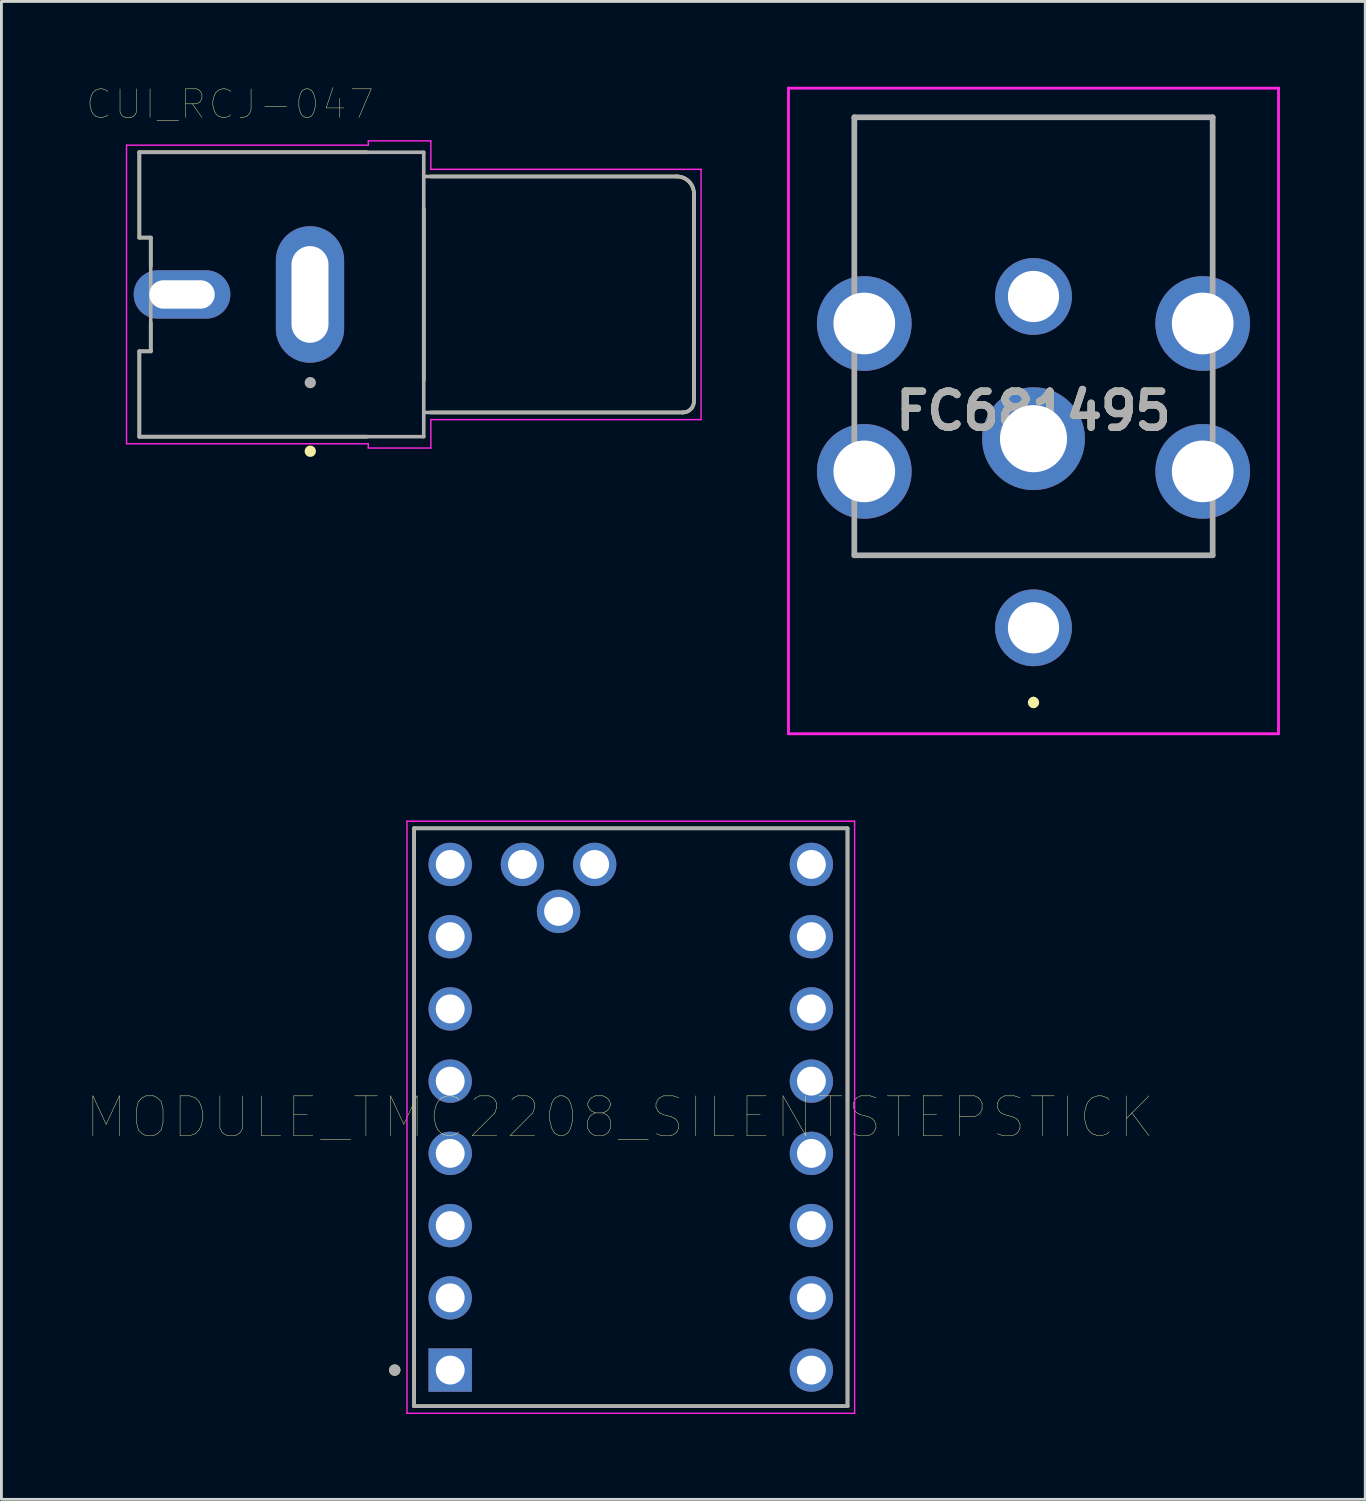
<source format=kicad_pcb>
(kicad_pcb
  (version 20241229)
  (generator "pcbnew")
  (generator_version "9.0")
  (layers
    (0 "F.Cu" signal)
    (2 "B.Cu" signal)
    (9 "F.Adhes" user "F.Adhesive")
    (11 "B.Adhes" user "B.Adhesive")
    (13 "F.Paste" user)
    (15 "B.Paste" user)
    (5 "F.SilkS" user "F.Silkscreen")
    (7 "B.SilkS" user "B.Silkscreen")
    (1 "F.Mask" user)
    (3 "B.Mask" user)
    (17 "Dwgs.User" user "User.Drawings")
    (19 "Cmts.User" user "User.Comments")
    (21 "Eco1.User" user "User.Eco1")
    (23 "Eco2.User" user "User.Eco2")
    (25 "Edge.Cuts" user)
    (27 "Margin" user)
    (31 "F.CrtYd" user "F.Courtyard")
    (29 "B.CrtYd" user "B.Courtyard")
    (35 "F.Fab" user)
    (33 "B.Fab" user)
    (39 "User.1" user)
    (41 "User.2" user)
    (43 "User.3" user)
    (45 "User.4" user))
  (footprint "MODULE_TMC2208_SILENTSTEPSTICK"
    (layer "F.Cu")
    (at 14.05 37.378)
    (property "Reference" "MODULE_TMC2208_SILENTSTEPSTICK" (at 4.699 -1.143 180) (layer "F.SilkS") (effects (font (size 1.4 1.4) (thickness 0.015))))
    (attr through_hole)
    (fp_line (start -2.54 -11.303) (end 12.7 -11.303) (stroke (width 0.127) (type solid)) (layer "F.SilkS"))
    (fp_line (start -2.54 9.017) (end -2.54 -11.303) (stroke (width 0.127) (type solid)) (layer "F.SilkS"))
    (fp_line (start 12.7 -11.303) (end 12.7 9.017) (stroke (width 0.127) (type solid)) (layer "F.SilkS"))
    (fp_line (start 12.7 9.017) (end -2.54 9.017) (stroke (width 0.127) (type solid)) (layer "F.SilkS"))
    (fp_circle (center -3.22 7.747) (end -3.12 7.747) (stroke (width 0.2) (type solid)) (fill no) (layer "F.SilkS"))
    (fp_line (start -2.79 -11.553) (end 12.95 -11.553) (stroke (width 0.05) (type solid)) (layer "F.CrtYd"))
    (fp_line (start -2.79 9.267) (end -2.79 -11.553) (stroke (width 0.05) (type solid)) (layer "F.CrtYd"))
    (fp_line (start -2.79 9.267) (end 12.95 9.267) (stroke (width 0.05) (type solid)) (layer "F.CrtYd"))
    (fp_line (start 12.95 9.267) (end 12.95 -11.553) (stroke (width 0.05) (type solid)) (layer "F.CrtYd"))
    (fp_line (start -2.54 -11.303) (end 12.7 -11.303) (stroke (width 0.127) (type solid)) (layer "F.Fab"))
    (fp_line (start -2.54 9.017) (end -2.54 -11.303) (stroke (width 0.127) (type solid)) (layer "F.Fab"))
    (fp_line (start 12.7 -11.303) (end 12.7 9.017) (stroke (width 0.127) (type solid)) (layer "F.Fab"))
    (fp_line (start 12.7 9.017) (end -2.54 9.017) (stroke (width 0.127) (type solid)) (layer "F.Fab"))
    (fp_circle (center -3.22 7.747) (end -3.12 7.747) (stroke (width 0.2) (type solid)) (fill no) (layer "F.Fab"))
    (pad "JP1_1" thru_hole rect (at -1.27 7.747 180) (size 1.524 1.524) (drill 1.016) (layers "*.Cu" "*.Mask"))
    (pad "JP1_2" thru_hole circle (at -1.27 5.207 180) (size 1.524 1.524) (drill 1.016) (layers "*.Cu" "*.Mask"))
    (pad "JP1_3" thru_hole circle (at -1.27 2.667 180) (size 1.524 1.524) (drill 1.016) (layers "*.Cu" "*.Mask"))
    (pad "JP1_4" thru_hole circle (at -1.27 0.127 180) (size 1.524 1.524) (drill 1.016) (layers "*.Cu" "*.Mask"))
    (pad "JP1_5" thru_hole circle (at -1.27 -2.413 180) (size 1.524 1.524) (drill 1.016) (layers "*.Cu" "*.Mask"))
    (pad "JP1_6" thru_hole circle (at -1.27 -4.953 180) (size 1.524 1.524) (drill 1.016) (layers "*.Cu" "*.Mask"))
    (pad "JP1_7" thru_hole circle (at -1.27 -7.493 180) (size 1.524 1.524) (drill 1.016) (layers "*.Cu" "*.Mask"))
    (pad "JP1_8" thru_hole circle (at -1.27 -10.033 180) (size 1.524 1.524) (drill 1.016) (layers "*.Cu" "*.Mask"))
    (pad "JP2_1" thru_hole circle (at 11.43 -10.033 180) (size 1.524 1.524) (drill 1.016) (layers "*.Cu" "*.Mask"))
    (pad "JP2_2" thru_hole circle (at 11.43 -7.493 180) (size 1.524 1.524) (drill 1.016) (layers "*.Cu" "*.Mask"))
    (pad "JP2_3" thru_hole circle (at 11.43 -4.953 180) (size 1.524 1.524) (drill 1.016) (layers "*.Cu" "*.Mask"))
    (pad "JP2_4" thru_hole circle (at 11.43 -2.413 180) (size 1.524 1.524) (drill 1.016) (layers "*.Cu" "*.Mask"))
    (pad "JP2_5" thru_hole circle (at 11.43 0.127 180) (size 1.524 1.524) (drill 1.016) (layers "*.Cu" "*.Mask"))
    (pad "JP2_6" thru_hole circle (at 11.43 2.667 180) (size 1.524 1.524) (drill 1.016) (layers "*.Cu" "*.Mask"))
    (pad "JP2_7" thru_hole circle (at 11.43 5.207 180) (size 1.524 1.524) (drill 1.016) (layers "*.Cu" "*.Mask"))
    (pad "JP2_8" thru_hole circle (at 11.43 7.747 180) (size 1.524 1.524) (drill 1.016) (layers "*.Cu" "*.Mask"))
    (pad "JP3_1" thru_hole circle (at 2.54 -8.382 180) (size 1.524 1.524) (drill 1.016) (layers "*.Cu" "*.Mask"))
    (pad "JP4_1" thru_hole circle (at 3.81 -10.033 180) (size 1.524 1.524) (drill 1.016) (layers "*.Cu" "*.Mask"))
    (pad "JP5_1" thru_hole circle (at 1.27 -10.033 180) (size 1.524 1.524) (drill 1.016) (layers "*.Cu" "*.Mask")))
  (footprint "FC681495"
    (layer "F.Cu")
    (at 33.29 1.075)
    (property "Reference" "FC681495" (at 0 10.325 0) (layer "F.SilkS") (effects (font (size 1.27 1.27) (thickness 0.254))))
    (attr through_hole)
    (fp_line (start -6.3 -0.025) (end 6.3 -0.025) (stroke (width 0.1) (type solid)) (layer "F.SilkS"))
    (fp_line (start -6.3 4.975) (end -6.3 -0.025) (stroke (width 0.1) (type solid)) (layer "F.SilkS"))
    (fp_line (start 0 20.475) (end 0 20.475) (stroke (width 0.2) (type solid)) (layer "F.SilkS"))
    (fp_line (start 0 20.675) (end 0 20.675) (stroke (width 0.2) (type solid)) (layer "F.SilkS"))
    (fp_line (start 6.3 -0.025) (end 6.3 4.975) (stroke (width 0.1) (type solid)) (layer "F.SilkS"))
    (fp_arc (start 0 20.475) (mid 0.1 20.575) (end 0 20.675) (stroke (width 0.2) (type solid)) (layer "F.SilkS"))
    (fp_arc (start 0 20.675) (mid -0.1 20.575) (end 0 20.475) (stroke (width 0.2) (type solid)) (layer "F.SilkS"))
    (fp_line (start -8.615 -1.025) (end 8.615 -1.025) (stroke (width 0.1) (type solid)) (layer "F.CrtYd"))
    (fp_line (start -8.615 21.675) (end -8.615 -1.025) (stroke (width 0.1) (type solid)) (layer "F.CrtYd"))
    (fp_line (start 8.615 -1.025) (end 8.615 21.675) (stroke (width 0.1) (type solid)) (layer "F.CrtYd"))
    (fp_line (start 8.615 21.675) (end -8.615 21.675) (stroke (width 0.1) (type solid)) (layer "F.CrtYd"))
    (fp_line (start -6.3 0) (end 6.3 0) (stroke (width 0.2) (type solid)) (layer "F.Fab"))
    (fp_line (start -6.3 15.4) (end -6.3 0) (stroke (width 0.2) (type solid)) (layer "F.Fab"))
    (fp_line (start 6.3 0) (end 6.3 15.4) (stroke (width 0.2) (type solid)) (layer "F.Fab"))
    (fp_line (start 6.3 15.4) (end -6.3 15.4) (stroke (width 0.2) (type solid)) (layer "F.Fab"))
    (fp_text user "${REFERENCE}" (at 0 10.325 0) (layer "F.Fab") (effects (font (size 1.27 1.27) (thickness 0.254))))
    (pad "1" thru_hole circle (at 0 17.95) (size 2.7 2.7) (drill 1.8) (layers "*.Cu" "*.Mask"))
    (pad "2" thru_hole circle (at 0 11.3) (size 3.615 3.615) (drill 2.36) (layers "*.Cu" "*.Mask"))
    (pad "MH1" thru_hole circle (at -5.95 12.45) (size 3.33 3.33) (drill 2.17) (layers "*.Cu" "*.Mask"))
    (pad "MH2" thru_hole circle (at -5.95 7.25) (size 3.33 3.33) (drill 2.17) (layers "*.Cu" "*.Mask"))
    (pad "MH3" thru_hole circle (at 0 6.3) (size 2.7 2.7) (drill 1.8) (layers "*.Cu" "*.Mask"))
    (pad "MH4" thru_hole circle (at 5.95 7.25) (size 3.33 3.33) (drill 2.17) (layers "*.Cu" "*.Mask"))
    (pad "MH5" thru_hole circle (at 5.95 12.45) (size 3.33 3.33) (drill 2.17) (layers "*.Cu" "*.Mask")))
  (footprint "CUI_RCJ-047"
    (layer "F.Cu")
    (at 11.85 7.304)
    (property "Reference" "CUI_RCJ-047" (at -6.816 -6.688 0) (layer "F.SilkS") (effects (font (size 1.008 1.008) (thickness 0.015))))
    (attr through_hole)
    (fp_line (start -10 -5) (end -2 -5) (stroke (width 0.127) (type solid)) (layer "F.SilkS"))
    (fp_line (start -10 -2) (end -10 -5) (stroke (width 0.127) (type solid)) (layer "F.SilkS"))
    (fp_line (start -10 2) (end -9.6 2) (stroke (width 0.127) (type solid)) (layer "F.SilkS"))
    (fp_line (start -10 5) (end -10 2) (stroke (width 0.127) (type solid)) (layer "F.SilkS"))
    (fp_line (start -10 5) (end -2 5) (stroke (width 0.127) (type solid)) (layer "F.SilkS"))
    (fp_line (start -9.6 -2) (end -10 -2) (stroke (width 0.127) (type solid)) (layer "F.SilkS"))
    (fp_line (start -9.6 -1) (end -9.6 -2) (stroke (width 0.127) (type solid)) (layer "F.SilkS"))
    (fp_line (start -9.6 2) (end -9.6 1) (stroke (width 0.127) (type solid)) (layer "F.SilkS"))
    (fp_line (start 0 3) (end 0 -3) (stroke (width 0.127) (type solid)) (layer "F.SilkS"))
    (fp_line (start 0.25 -4.15) (end 8.89 -4.15) (stroke (width 0.127) (type solid)) (layer "F.SilkS"))
    (fp_line (start 9.11 4.15) (end 0.25 4.15) (stroke (width 0.127) (type solid)) (layer "F.SilkS"))
    (fp_line (start 9.5 -3.54) (end 9.5 3.76) (stroke (width 0.127) (type solid)) (layer "F.SilkS"))
    (fp_arc (start 8.89 -4.15) (mid 9.321335 -3.971335) (end 9.5 -3.54) (stroke (width 0.127) (type solid)) (layer "F.SilkS"))
    (fp_arc (start 9.5 3.76) (mid 9.385772 4.035772) (end 9.11 4.15) (stroke (width 0.127) (type solid)) (layer "F.SilkS"))
    (fp_circle (center -3.99 5.513) (end -3.89 5.513) (stroke (width 0.2) (type solid)) (fill no) (layer "F.SilkS"))
    (fp_line (start -1.7 -5.15) (end -1.7 -3.35) (stroke (width 0.0001) (type solid)) (layer "Edge.Cuts"))
    (fp_line (start -1.7 -3.35) (end 0 -3.35) (stroke (width 0.0001) (type solid)) (layer "Edge.Cuts"))
    (fp_line (start -1.7 3.35) (end -1.7 5.15) (stroke (width 0.0001) (type solid)) (layer "Edge.Cuts"))
    (fp_line (start -1.7 5.15) (end 0 5.15) (stroke (width 0.0001) (type solid)) (layer "Edge.Cuts"))
    (fp_line (start 0 -5.15) (end -1.7 -5.15) (stroke (width 0.0001) (type solid)) (layer "Edge.Cuts"))
    (fp_line (start 0 -3.35) (end 0 -5.15) (stroke (width 0.0001) (type solid)) (layer "Edge.Cuts"))
    (fp_line (start 0 3.35) (end -1.7 3.35) (stroke (width 0.0001) (type solid)) (layer "Edge.Cuts"))
    (fp_line (start 0 5.15) (end 0 3.35) (stroke (width 0.0001) (type solid)) (layer "Edge.Cuts"))
    (fp_line (start -10.45 -5.25) (end -10.45 5.25) (stroke (width 0.05) (type solid)) (layer "F.CrtYd"))
    (fp_line (start -10.45 5.25) (end -1.95 5.25) (stroke (width 0.05) (type solid)) (layer "F.CrtYd"))
    (fp_line (start -1.95 -5.4) (end -1.95 -5.25) (stroke (width 0.05) (type solid)) (layer "F.CrtYd"))
    (fp_line (start -1.95 -5.25) (end -10.45 -5.25) (stroke (width 0.05) (type solid)) (layer "F.CrtYd"))
    (fp_line (start -1.95 5.25) (end -1.95 5.4) (stroke (width 0.05) (type solid)) (layer "F.CrtYd"))
    (fp_line (start -1.95 5.4) (end 0.25 5.4) (stroke (width 0.05) (type solid)) (layer "F.CrtYd"))
    (fp_line (start 0.25 -5.4) (end -1.95 -5.4) (stroke (width 0.05) (type solid)) (layer "F.CrtYd"))
    (fp_line (start 0.25 -4.4) (end 0.25 -5.4) (stroke (width 0.05) (type solid)) (layer "F.CrtYd"))
    (fp_line (start 0.25 4.4) (end 9.75 4.4) (stroke (width 0.05) (type solid)) (layer "F.CrtYd"))
    (fp_line (start 0.25 5.4) (end 0.25 4.4) (stroke (width 0.05) (type solid)) (layer "F.CrtYd"))
    (fp_line (start 9.75 -4.4) (end 0.25 -4.4) (stroke (width 0.05) (type solid)) (layer "F.CrtYd"))
    (fp_line (start 9.75 4.4) (end 9.75 -4.4) (stroke (width 0.05) (type solid)) (layer "F.CrtYd"))
    (fp_line (start -10 -5) (end 0 -5) (stroke (width 0.127) (type solid)) (layer "F.Fab"))
    (fp_line (start -10 -2) (end -10 -5) (stroke (width 0.127) (type solid)) (layer "F.Fab"))
    (fp_line (start -10 2) (end -9.6 2) (stroke (width 0.127) (type solid)) (layer "F.Fab"))
    (fp_line (start -10 5) (end -10 2) (stroke (width 0.127) (type solid)) (layer "F.Fab"))
    (fp_line (start -9.6 -2) (end -10 -2) (stroke (width 0.127) (type solid)) (layer "F.Fab"))
    (fp_line (start -9.6 2) (end -9.6 -2) (stroke (width 0.127) (type solid)) (layer "F.Fab"))
    (fp_line (start 0 -5) (end 0 -4.15) (stroke (width 0.127) (type solid)) (layer "F.Fab"))
    (fp_line (start 0 -4.15) (end 0 4.15) (stroke (width 0.127) (type solid)) (layer "F.Fab"))
    (fp_line (start 0 -4.15) (end 8.91 -4.15) (stroke (width 0.127) (type solid)) (layer "F.Fab"))
    (fp_line (start 0 4.15) (end 0 5) (stroke (width 0.127) (type solid)) (layer "F.Fab"))
    (fp_line (start 0 5) (end -10 5) (stroke (width 0.127) (type solid)) (layer "F.Fab"))
    (fp_line (start 9.11 4.15) (end 0 4.15) (stroke (width 0.127) (type solid)) (layer "F.Fab"))
    (fp_line (start 9.5 -3.56) (end 9.5 3.76) (stroke (width 0.127) (type solid)) (layer "F.Fab"))
    (fp_arc (start 8.91 -4.15) (mid 9.327193 -3.977193) (end 9.5 -3.56) (stroke (width 0.127) (type solid)) (layer "F.Fab"))
    (fp_arc (start 9.5 3.76) (mid 9.385772 4.035772) (end 9.11 4.15) (stroke (width 0.127) (type solid)) (layer "F.Fab"))
    (fp_circle (center -3.99 3.1) (end -3.89 3.1) (stroke (width 0.2) (type solid)) (fill no) (layer "F.Fab"))
    (pad "1" thru_hole oval (at -4 0) (size 2.4 4.8) (drill oval 1.3 3.4) (layers "*.Cu" "*.Mask"))
    (pad "2" thru_hole oval (at -8.5 0) (size 3.4 1.7) (drill oval 2.3 1) (layers "*.Cu" "*.Mask")))
  (gr_rect
    (start -3 -3)
    (end 44.955 49.67)
    (stroke (width 0.1) (type default))
    (fill no)
    (layer "Edge.Cuts")))
</source>
